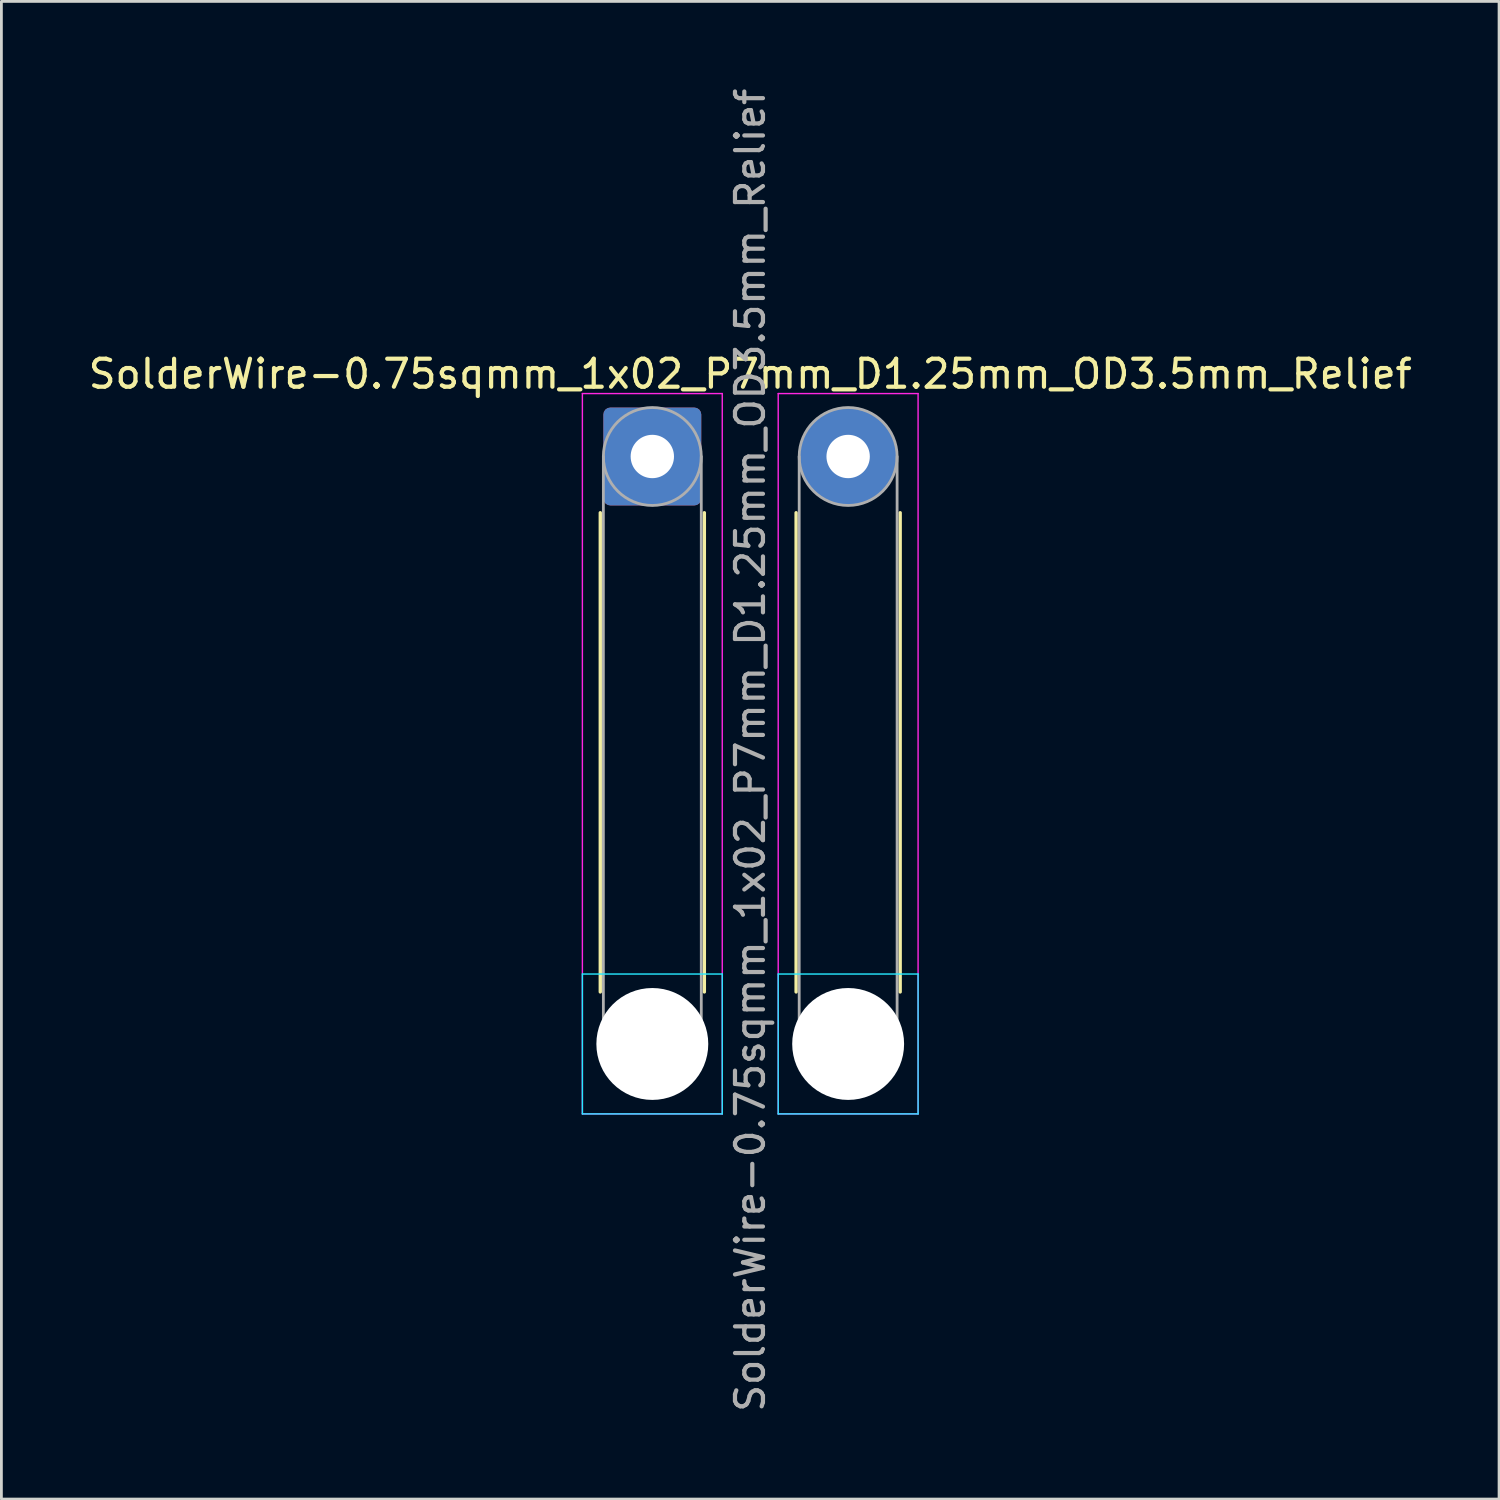
<source format=kicad_pcb>
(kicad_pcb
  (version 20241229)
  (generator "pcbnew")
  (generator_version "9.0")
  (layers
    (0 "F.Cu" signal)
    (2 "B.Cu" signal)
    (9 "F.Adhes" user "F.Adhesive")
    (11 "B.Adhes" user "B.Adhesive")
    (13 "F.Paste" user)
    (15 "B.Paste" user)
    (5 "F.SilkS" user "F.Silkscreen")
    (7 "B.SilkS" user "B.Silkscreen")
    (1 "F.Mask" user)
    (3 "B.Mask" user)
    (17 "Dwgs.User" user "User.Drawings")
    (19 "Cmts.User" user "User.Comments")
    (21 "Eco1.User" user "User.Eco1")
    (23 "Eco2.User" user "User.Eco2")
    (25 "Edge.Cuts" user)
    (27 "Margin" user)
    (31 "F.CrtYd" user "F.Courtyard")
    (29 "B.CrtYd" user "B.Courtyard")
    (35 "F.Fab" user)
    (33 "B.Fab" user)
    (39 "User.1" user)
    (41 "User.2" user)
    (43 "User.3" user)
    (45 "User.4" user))
  (footprint "SolderWire-0.75sqmm_1x02_P7mm_D1.25mm_OD3.5mm_Relief"
    (layer "F.Cu")
    (at 20.268 13.268)
    (property "Reference" "SolderWire-0.75sqmm_1x02_P7mm_D1.25mm_OD3.5mm_Relief" (at 3.5 -2.95 0) (layer "F.SilkS") (effects (font (size 1 1) (thickness 0.15))))
    (attr exclude_from_pos_files exclude_from_bom)
    (fp_line (start -1.86 2.01) (end -1.86 19.14) (stroke (width 0.12) (type solid)) (layer "F.SilkS"))
    (fp_line (start 1.86 2.01) (end 1.86 19.14) (stroke (width 0.12) (type solid)) (layer "F.SilkS"))
    (fp_line (start 5.14 2.01) (end 5.14 19.14) (stroke (width 0.12) (type solid)) (layer "F.SilkS"))
    (fp_line (start 8.86 2.01) (end 8.86 19.14) (stroke (width 0.12) (type solid)) (layer "F.SilkS"))
    (fp_line (start -2.5 18.5) (end -2.5 23.5) (stroke (width 0.05) (type solid)) (layer "B.CrtYd"))
    (fp_line (start -2.5 23.5) (end 2.5 23.5) (stroke (width 0.05) (type solid)) (layer "B.CrtYd"))
    (fp_line (start 2.5 18.5) (end -2.5 18.5) (stroke (width 0.05) (type solid)) (layer "B.CrtYd"))
    (fp_line (start 2.5 23.5) (end 2.5 18.5) (stroke (width 0.05) (type solid)) (layer "B.CrtYd"))
    (fp_line (start 4.5 18.5) (end 4.5 23.5) (stroke (width 0.05) (type solid)) (layer "B.CrtYd"))
    (fp_line (start 4.5 23.5) (end 9.5 23.5) (stroke (width 0.05) (type solid)) (layer "B.CrtYd"))
    (fp_line (start 9.5 18.5) (end 4.5 18.5) (stroke (width 0.05) (type solid)) (layer "B.CrtYd"))
    (fp_line (start 9.5 23.5) (end 9.5 18.5) (stroke (width 0.05) (type solid)) (layer "B.CrtYd"))
    (fp_line (start -2.5 -2.25) (end -2.5 23.5) (stroke (width 0.05) (type solid)) (layer "F.CrtYd"))
    (fp_line (start -2.5 23.5) (end 2.5 23.5) (stroke (width 0.05) (type solid)) (layer "F.CrtYd"))
    (fp_line (start 2.5 -2.25) (end -2.5 -2.25) (stroke (width 0.05) (type solid)) (layer "F.CrtYd"))
    (fp_line (start 2.5 23.5) (end 2.5 -2.25) (stroke (width 0.05) (type solid)) (layer "F.CrtYd"))
    (fp_line (start 4.5 -2.25) (end 4.5 23.5) (stroke (width 0.05) (type solid)) (layer "F.CrtYd"))
    (fp_line (start 4.5 23.5) (end 9.5 23.5) (stroke (width 0.05) (type solid)) (layer "F.CrtYd"))
    (fp_line (start 9.5 -2.25) (end 4.5 -2.25) (stroke (width 0.05) (type solid)) (layer "F.CrtYd"))
    (fp_line (start 9.5 23.5) (end 9.5 -2.25) (stroke (width 0.05) (type solid)) (layer "F.CrtYd"))
    (fp_line (start -1.75 0) (end -1.75 21) (stroke (width 0.1) (type solid)) (layer "F.Fab"))
    (fp_line (start 1.75 0) (end 1.75 21) (stroke (width 0.1) (type solid)) (layer "F.Fab"))
    (fp_line (start 5.25 0) (end 5.25 21) (stroke (width 0.1) (type solid)) (layer "F.Fab"))
    (fp_line (start 8.75 0) (end 8.75 21) (stroke (width 0.1) (type solid)) (layer "F.Fab"))
    (fp_circle (center 0 0) (end 1.75 0) (stroke (width 0.1) (type solid)) (fill no) (layer "F.Fab"))
    (fp_circle (center 0 21) (end 1.75 21) (stroke (width 0.1) (type solid)) (fill no) (layer "F.Fab"))
    (fp_circle (center 7 0) (end 8.75 0) (stroke (width 0.1) (type solid)) (fill no) (layer "F.Fab"))
    (fp_circle (center 7 21) (end 8.75 21) (stroke (width 0.1) (type solid)) (fill no) (layer "F.Fab"))
    (fp_text user "${REFERENCE}" (at 3.5 10.5 90) (layer "F.Fab") (effects (font (size 1 1) (thickness 0.15))))
    (pad "" np_thru_hole circle (at 0 21) (size 4 4) (drill 4) (layers "*.Cu" "*.Mask"))
    (pad "" np_thru_hole circle (at 7 21) (size 4 4) (drill 4) (layers "*.Cu" "*.Mask"))
    (pad "1" thru_hole roundrect (at 0 0) (size 3.5 3.5) (drill 1.55) (layers "*.Cu" "*.Mask") (roundrect_rratio 0.071))
    (pad "2" thru_hole circle (at 7 0) (size 3.5 3.5) (drill 1.55) (layers "*.Cu" "*.Mask")))
  (gr_rect
    (start -3 -3)
    (end 50.536 50.536)
    (stroke (width 0.1) (type default))
    (fill no)
    (layer "Edge.Cuts")))
</source>
